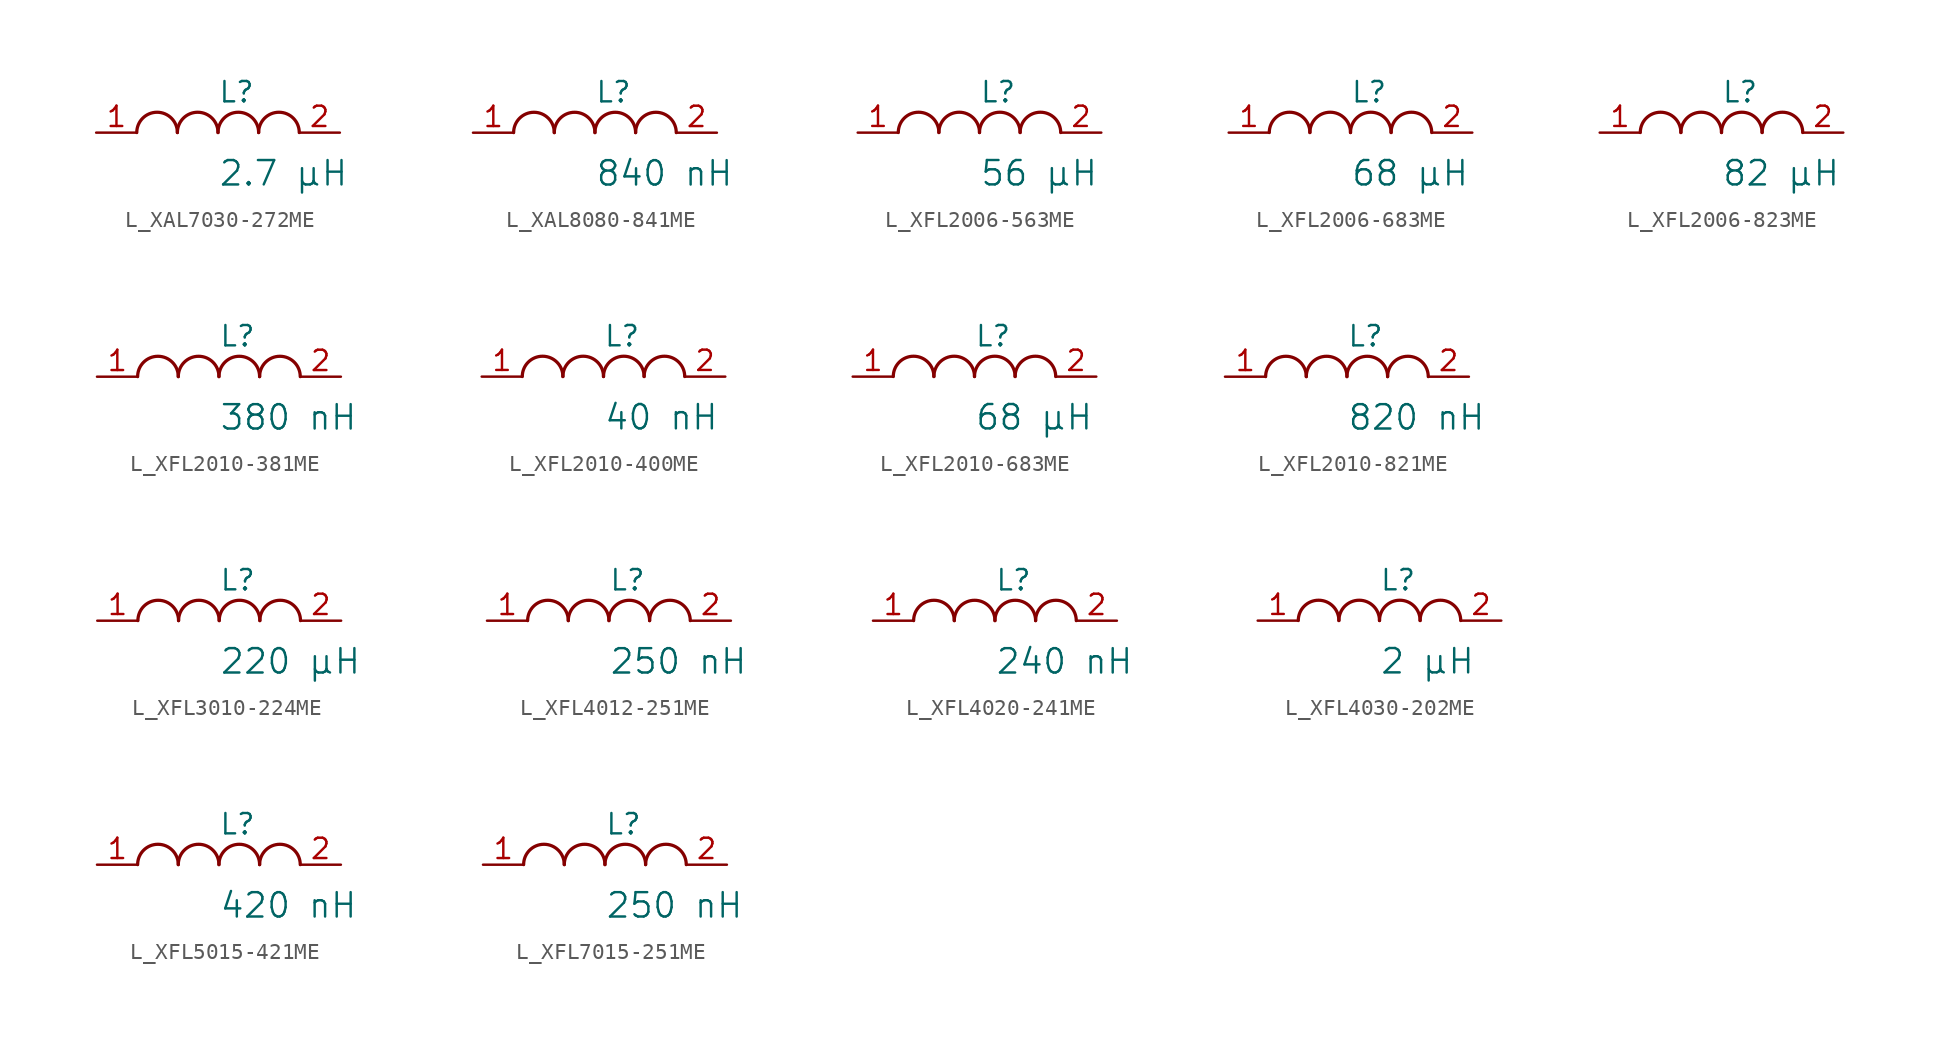
<source format=kicad_sym>
(kicad_symbol_lib
  (version 20231120)
  (generator "kicad_symbol_editor")
  (generator_version "8.0")
  (symbol "L_XAL7030-272ME"
    (pin_names
      (offset 0.254))
    (property "Reference" "L"
      (at 0 2.54 0)
      (effects (font (size 1.27 1.27)) (justify left)))
    (property "Value" "2.7 µH"
      (at 0 -2.54 0)
      (effects (font (size 1.524 1.524)) (justify left)))
    (symbol "L_XAL7030-272ME_1_1"
      (arc (start -2.54 0.0056) (mid -3.81 1.27) (end -5.08 0.0056) (stroke (width 0.2032) (type default)) (fill (type none)))
      (arc (start 0 0.0056) (mid -1.27 1.27) (end -2.54 0.0056) (stroke (width 0.2032) (type default)) (fill (type none)))
      (arc (start 2.54 0.0056) (mid 1.27 1.27) (end 0 0.0056) (stroke (width 0.2032) (type default)) (fill (type none)))
      (arc (start 5.08 0.0056) (mid 3.81 1.27) (end 2.54 0.0056) (stroke (width 0.2032) (type default)) (fill (type none)))
      (pin unspecified line (at -7.62 0 0) (length 2.54) (name "" (effects (font (size 1.27 1.27)))) (number "1" (effects (font (size 1.27 1.27)))))
      (pin unspecified line (at 7.62 0 180) (length 2.54) (name "" (effects (font (size 1.27 1.27)))) (number "2" (effects (font (size 1.27 1.27)))))))
  (symbol "L_XAL8080-841ME"
    (pin_names
      (offset 0.254))
    (property "Reference" "L"
      (at 0 2.54 0)
      (effects (font (size 1.27 1.27)) (justify left)))
    (property "Value" "840 nH"
      (at 0 -2.54 0)
      (effects (font (size 1.524 1.524)) (justify left)))
    (symbol "L_XAL8080-841ME_1_1"
      (arc (start -2.54 0.0056) (mid -3.81 1.27) (end -5.08 0.0056) (stroke (width 0.2032) (type default)) (fill (type none)))
      (arc (start 0 0.0056) (mid -1.27 1.27) (end -2.54 0.0056) (stroke (width 0.2032) (type default)) (fill (type none)))
      (arc (start 2.54 0.0056) (mid 1.27 1.27) (end 0 0.0056) (stroke (width 0.2032) (type default)) (fill (type none)))
      (arc (start 5.08 0.0056) (mid 3.81 1.27) (end 2.54 0.0056) (stroke (width 0.2032) (type default)) (fill (type none)))
      (pin unspecified line (at -7.62 0 0) (length 2.54) (name "" (effects (font (size 1.27 1.27)))) (number "1" (effects (font (size 1.27 1.27)))))
      (pin unspecified line (at 7.62 0 180) (length 2.54) (name "" (effects (font (size 1.27 1.27)))) (number "2" (effects (font (size 1.27 1.27)))))))
  (symbol "L_XFL2006-563ME"
    (pin_names
      (offset 0.254))
    (property "Reference" "L"
      (at 0 2.54 0)
      (effects (font (size 1.27 1.27)) (justify left)))
    (property "Value" "56 µH"
      (at 0 -2.54 0)
      (effects (font (size 1.524 1.524)) (justify left)))
    (symbol "L_XFL2006-563ME_1_1"
      (arc (start -2.54 0.0056) (mid -3.81 1.27) (end -5.08 0.0056) (stroke (width 0.2032) (type default)) (fill (type none)))
      (arc (start 0 0.0056) (mid -1.27 1.27) (end -2.54 0.0056) (stroke (width 0.2032) (type default)) (fill (type none)))
      (arc (start 2.54 0.0056) (mid 1.27 1.27) (end 0 0.0056) (stroke (width 0.2032) (type default)) (fill (type none)))
      (arc (start 5.08 0.0056) (mid 3.81 1.27) (end 2.54 0.0056) (stroke (width 0.2032) (type default)) (fill (type none)))
      (pin unspecified line (at -7.62 0 0) (length 2.54) (name "" (effects (font (size 1.27 1.27)))) (number "1" (effects (font (size 1.27 1.27)))))
      (pin unspecified line (at 7.62 0 180) (length 2.54) (name "" (effects (font (size 1.27 1.27)))) (number "2" (effects (font (size 1.27 1.27)))))))
  (symbol "L_XFL2006-683ME"
    (pin_names
      (offset 0.254))
    (property "Reference" "L"
      (at 0 2.54 0)
      (effects (font (size 1.27 1.27)) (justify left)))
    (property "Value" "68 µH"
      (at 0 -2.54 0)
      (effects (font (size 1.524 1.524)) (justify left)))
    (symbol "L_XFL2006-683ME_1_1"
      (arc (start -2.54 0.0056) (mid -3.81 1.27) (end -5.08 0.0056) (stroke (width 0.2032) (type default)) (fill (type none)))
      (arc (start 0 0.0056) (mid -1.27 1.27) (end -2.54 0.0056) (stroke (width 0.2032) (type default)) (fill (type none)))
      (arc (start 2.54 0.0056) (mid 1.27 1.27) (end 0 0.0056) (stroke (width 0.2032) (type default)) (fill (type none)))
      (arc (start 5.08 0.0056) (mid 3.81 1.27) (end 2.54 0.0056) (stroke (width 0.2032) (type default)) (fill (type none)))
      (pin unspecified line (at -7.62 0 0) (length 2.54) (name "" (effects (font (size 1.27 1.27)))) (number "1" (effects (font (size 1.27 1.27)))))
      (pin unspecified line (at 7.62 0 180) (length 2.54) (name "" (effects (font (size 1.27 1.27)))) (number "2" (effects (font (size 1.27 1.27)))))))
  (symbol "L_XFL2006-823ME"
    (pin_names
      (offset 0.254))
    (property "Reference" "L"
      (at 0 2.54 0)
      (effects (font (size 1.27 1.27)) (justify left)))
    (property "Value" "82 µH"
      (at 0 -2.54 0)
      (effects (font (size 1.524 1.524)) (justify left)))
    (symbol "L_XFL2006-823ME_1_1"
      (arc (start -2.54 0.0056) (mid -3.81 1.27) (end -5.08 0.0056) (stroke (width 0.2032) (type default)) (fill (type none)))
      (arc (start 0 0.0056) (mid -1.27 1.27) (end -2.54 0.0056) (stroke (width 0.2032) (type default)) (fill (type none)))
      (arc (start 2.54 0.0056) (mid 1.27 1.27) (end 0 0.0056) (stroke (width 0.2032) (type default)) (fill (type none)))
      (arc (start 5.08 0.0056) (mid 3.81 1.27) (end 2.54 0.0056) (stroke (width 0.2032) (type default)) (fill (type none)))
      (pin unspecified line (at -7.62 0 0) (length 2.54) (name "" (effects (font (size 1.27 1.27)))) (number "1" (effects (font (size 1.27 1.27)))))
      (pin unspecified line (at 7.62 0 180) (length 2.54) (name "" (effects (font (size 1.27 1.27)))) (number "2" (effects (font (size 1.27 1.27)))))))
  (symbol "L_XFL2010-381ME"
    (pin_names
      (offset 0.254))
    (property "Reference" "L"
      (at 0 2.54 0)
      (effects (font (size 1.27 1.27)) (justify left)))
    (property "Value" "380 nH"
      (at 0 -2.54 0)
      (effects (font (size 1.524 1.524)) (justify left)))
    (symbol "L_XFL2010-381ME_1_1"
      (arc (start -2.54 0.0056) (mid -3.81 1.27) (end -5.08 0.0056) (stroke (width 0.2032) (type default)) (fill (type none)))
      (arc (start 0 0.0056) (mid -1.27 1.27) (end -2.54 0.0056) (stroke (width 0.2032) (type default)) (fill (type none)))
      (arc (start 2.54 0.0056) (mid 1.27 1.27) (end 0 0.0056) (stroke (width 0.2032) (type default)) (fill (type none)))
      (arc (start 5.08 0.0056) (mid 3.81 1.27) (end 2.54 0.0056) (stroke (width 0.2032) (type default)) (fill (type none)))
      (pin unspecified line (at -7.62 0 0) (length 2.54) (name "" (effects (font (size 1.27 1.27)))) (number "1" (effects (font (size 1.27 1.27)))))
      (pin unspecified line (at 7.62 0 180) (length 2.54) (name "" (effects (font (size 1.27 1.27)))) (number "2" (effects (font (size 1.27 1.27)))))))
  (symbol "L_XFL2010-400ME"
    (pin_names
      (offset 0.254))
    (property "Reference" "L"
      (at 0 2.54 0)
      (effects (font (size 1.27 1.27)) (justify left)))
    (property "Value" "40 nH"
      (at 0 -2.54 0)
      (effects (font (size 1.524 1.524)) (justify left)))
    (symbol "L_XFL2010-400ME_1_1"
      (arc (start -2.54 0.0056) (mid -3.81 1.27) (end -5.08 0.0056) (stroke (width 0.2032) (type default)) (fill (type none)))
      (arc (start 0 0.0056) (mid -1.27 1.27) (end -2.54 0.0056) (stroke (width 0.2032) (type default)) (fill (type none)))
      (arc (start 2.54 0.0056) (mid 1.27 1.27) (end 0 0.0056) (stroke (width 0.2032) (type default)) (fill (type none)))
      (arc (start 5.08 0.0056) (mid 3.81 1.27) (end 2.54 0.0056) (stroke (width 0.2032) (type default)) (fill (type none)))
      (pin unspecified line (at -7.62 0 0) (length 2.54) (name "" (effects (font (size 1.27 1.27)))) (number "1" (effects (font (size 1.27 1.27)))))
      (pin unspecified line (at 7.62 0 180) (length 2.54) (name "" (effects (font (size 1.27 1.27)))) (number "2" (effects (font (size 1.27 1.27)))))))
  (symbol "L_XFL2010-683ME"
    (pin_names
      (offset 0.254))
    (property "Reference" "L"
      (at 0 2.54 0)
      (effects (font (size 1.27 1.27)) (justify left)))
    (property "Value" "68 µH"
      (at 0 -2.54 0)
      (effects (font (size 1.524 1.524)) (justify left)))
    (symbol "L_XFL2010-683ME_1_1"
      (arc (start -2.54 0.0056) (mid -3.81 1.27) (end -5.08 0.0056) (stroke (width 0.2032) (type default)) (fill (type none)))
      (arc (start 0 0.0056) (mid -1.27 1.27) (end -2.54 0.0056) (stroke (width 0.2032) (type default)) (fill (type none)))
      (arc (start 2.54 0.0056) (mid 1.27 1.27) (end 0 0.0056) (stroke (width 0.2032) (type default)) (fill (type none)))
      (arc (start 5.08 0.0056) (mid 3.81 1.27) (end 2.54 0.0056) (stroke (width 0.2032) (type default)) (fill (type none)))
      (pin unspecified line (at -7.62 0 0) (length 2.54) (name "" (effects (font (size 1.27 1.27)))) (number "1" (effects (font (size 1.27 1.27)))))
      (pin unspecified line (at 7.62 0 180) (length 2.54) (name "" (effects (font (size 1.27 1.27)))) (number "2" (effects (font (size 1.27 1.27)))))))
  (symbol "L_XFL2010-821ME"
    (pin_names
      (offset 0.254))
    (property "Reference" "L"
      (at 0 2.54 0)
      (effects (font (size 1.27 1.27)) (justify left)))
    (property "Value" "820 nH"
      (at 0 -2.54 0)
      (effects (font (size 1.524 1.524)) (justify left)))
    (symbol "L_XFL2010-821ME_1_1"
      (arc (start -2.54 0.0056) (mid -3.81 1.27) (end -5.08 0.0056) (stroke (width 0.2032) (type default)) (fill (type none)))
      (arc (start 0 0.0056) (mid -1.27 1.27) (end -2.54 0.0056) (stroke (width 0.2032) (type default)) (fill (type none)))
      (arc (start 2.54 0.0056) (mid 1.27 1.27) (end 0 0.0056) (stroke (width 0.2032) (type default)) (fill (type none)))
      (arc (start 5.08 0.0056) (mid 3.81 1.27) (end 2.54 0.0056) (stroke (width 0.2032) (type default)) (fill (type none)))
      (pin unspecified line (at -7.62 0 0) (length 2.54) (name "" (effects (font (size 1.27 1.27)))) (number "1" (effects (font (size 1.27 1.27)))))
      (pin unspecified line (at 7.62 0 180) (length 2.54) (name "" (effects (font (size 1.27 1.27)))) (number "2" (effects (font (size 1.27 1.27)))))))
  (symbol "L_XFL3010-224ME"
    (pin_names
      (offset 0.254))
    (property "Reference" "L"
      (at 0 2.54 0)
      (effects (font (size 1.27 1.27)) (justify left)))
    (property "Value" "220 µH"
      (at 0 -2.54 0)
      (effects (font (size 1.524 1.524)) (justify left)))
    (symbol "L_XFL3010-224ME_1_1"
      (arc (start -2.54 0.0056) (mid -3.81 1.27) (end -5.08 0.0056) (stroke (width 0.2032) (type default)) (fill (type none)))
      (arc (start 0 0.0056) (mid -1.27 1.27) (end -2.54 0.0056) (stroke (width 0.2032) (type default)) (fill (type none)))
      (arc (start 2.54 0.0056) (mid 1.27 1.27) (end 0 0.0056) (stroke (width 0.2032) (type default)) (fill (type none)))
      (arc (start 5.08 0.0056) (mid 3.81 1.27) (end 2.54 0.0056) (stroke (width 0.2032) (type default)) (fill (type none)))
      (pin unspecified line (at -7.62 0 0) (length 2.54) (name "" (effects (font (size 1.27 1.27)))) (number "1" (effects (font (size 1.27 1.27)))))
      (pin unspecified line (at 7.62 0 180) (length 2.54) (name "" (effects (font (size 1.27 1.27)))) (number "2" (effects (font (size 1.27 1.27)))))))
  (symbol "L_XFL4012-251ME"
    (pin_names
      (offset 0.254))
    (property "Reference" "L"
      (at 0 2.54 0)
      (effects (font (size 1.27 1.27)) (justify left)))
    (property "Value" "250 nH"
      (at 0 -2.54 0)
      (effects (font (size 1.524 1.524)) (justify left)))
    (symbol "L_XFL4012-251ME_1_1"
      (arc (start -2.54 0.0056) (mid -3.81 1.27) (end -5.08 0.0056) (stroke (width 0.2032) (type default)) (fill (type none)))
      (arc (start 0 0.0056) (mid -1.27 1.27) (end -2.54 0.0056) (stroke (width 0.2032) (type default)) (fill (type none)))
      (arc (start 2.54 0.0056) (mid 1.27 1.27) (end 0 0.0056) (stroke (width 0.2032) (type default)) (fill (type none)))
      (arc (start 5.08 0.0056) (mid 3.81 1.27) (end 2.54 0.0056) (stroke (width 0.2032) (type default)) (fill (type none)))
      (pin unspecified line (at -7.62 0 0) (length 2.54) (name "" (effects (font (size 1.27 1.27)))) (number "1" (effects (font (size 1.27 1.27)))))
      (pin unspecified line (at 7.62 0 180) (length 2.54) (name "" (effects (font (size 1.27 1.27)))) (number "2" (effects (font (size 1.27 1.27)))))))
  (symbol "L_XFL4020-241ME"
    (pin_names
      (offset 0.254))
    (property "Reference" "L"
      (at 0 2.54 0)
      (effects (font (size 1.27 1.27)) (justify left)))
    (property "Value" "240 nH"
      (at 0 -2.54 0)
      (effects (font (size 1.524 1.524)) (justify left)))
    (symbol "L_XFL4020-241ME_1_1"
      (arc (start -2.54 0.0056) (mid -3.81 1.27) (end -5.08 0.0056) (stroke (width 0.2032) (type default)) (fill (type none)))
      (arc (start 0 0.0056) (mid -1.27 1.27) (end -2.54 0.0056) (stroke (width 0.2032) (type default)) (fill (type none)))
      (arc (start 2.54 0.0056) (mid 1.27 1.27) (end 0 0.0056) (stroke (width 0.2032) (type default)) (fill (type none)))
      (arc (start 5.08 0.0056) (mid 3.81 1.27) (end 2.54 0.0056) (stroke (width 0.2032) (type default)) (fill (type none)))
      (pin unspecified line (at -7.62 0 0) (length 2.54) (name "" (effects (font (size 1.27 1.27)))) (number "1" (effects (font (size 1.27 1.27)))))
      (pin unspecified line (at 7.62 0 180) (length 2.54) (name "" (effects (font (size 1.27 1.27)))) (number "2" (effects (font (size 1.27 1.27)))))))
  (symbol "L_XFL4030-202ME"
    (pin_names
      (offset 0.254))
    (property "Reference" "L"
      (at 0 2.54 0)
      (effects (font (size 1.27 1.27)) (justify left)))
    (property "Value" "2 µH"
      (at 0 -2.54 0)
      (effects (font (size 1.524 1.524)) (justify left)))
    (symbol "L_XFL4030-202ME_1_1"
      (arc (start -2.54 0.0056) (mid -3.81 1.27) (end -5.08 0.0056) (stroke (width 0.2032) (type default)) (fill (type none)))
      (arc (start 0 0.0056) (mid -1.27 1.27) (end -2.54 0.0056) (stroke (width 0.2032) (type default)) (fill (type none)))
      (arc (start 2.54 0.0056) (mid 1.27 1.27) (end 0 0.0056) (stroke (width 0.2032) (type default)) (fill (type none)))
      (arc (start 5.08 0.0056) (mid 3.81 1.27) (end 2.54 0.0056) (stroke (width 0.2032) (type default)) (fill (type none)))
      (pin unspecified line (at -7.62 0 0) (length 2.54) (name "" (effects (font (size 1.27 1.27)))) (number "1" (effects (font (size 1.27 1.27)))))
      (pin unspecified line (at 7.62 0 180) (length 2.54) (name "" (effects (font (size 1.27 1.27)))) (number "2" (effects (font (size 1.27 1.27)))))))
  (symbol "L_XFL5015-421ME"
    (pin_names
      (offset 0.254))
    (property "Reference" "L"
      (at 0 2.54 0)
      (effects (font (size 1.27 1.27)) (justify left)))
    (property "Value" "420 nH"
      (at 0 -2.54 0)
      (effects (font (size 1.524 1.524)) (justify left)))
    (symbol "L_XFL5015-421ME_1_1"
      (arc (start -2.54 0.0056) (mid -3.81 1.27) (end -5.08 0.0056) (stroke (width 0.2032) (type default)) (fill (type none)))
      (arc (start 0 0.0056) (mid -1.27 1.27) (end -2.54 0.0056) (stroke (width 0.2032) (type default)) (fill (type none)))
      (arc (start 2.54 0.0056) (mid 1.27 1.27) (end 0 0.0056) (stroke (width 0.2032) (type default)) (fill (type none)))
      (arc (start 5.08 0.0056) (mid 3.81 1.27) (end 2.54 0.0056) (stroke (width 0.2032) (type default)) (fill (type none)))
      (pin unspecified line (at -7.62 0 0) (length 2.54) (name "" (effects (font (size 1.27 1.27)))) (number "1" (effects (font (size 1.27 1.27)))))
      (pin unspecified line (at 7.62 0 180) (length 2.54) (name "" (effects (font (size 1.27 1.27)))) (number "2" (effects (font (size 1.27 1.27)))))))
  (symbol "L_XFL7015-251ME"
    (pin_names
      (offset 0.254))
    (property "Reference" "L"
      (at 0 2.54 0)
      (effects (font (size 1.27 1.27)) (justify left)))
    (property "Value" "250 nH"
      (at 0 -2.54 0)
      (effects (font (size 1.524 1.524)) (justify left)))
    (symbol "L_XFL7015-251ME_1_1"
      (arc (start -2.54 0.0056) (mid -3.81 1.27) (end -5.08 0.0056) (stroke (width 0.2032) (type default)) (fill (type none)))
      (arc (start 0 0.0056) (mid -1.27 1.27) (end -2.54 0.0056) (stroke (width 0.2032) (type default)) (fill (type none)))
      (arc (start 2.54 0.0056) (mid 1.27 1.27) (end 0 0.0056) (stroke (width 0.2032) (type default)) (fill (type none)))
      (arc (start 5.08 0.0056) (mid 3.81 1.27) (end 2.54 0.0056) (stroke (width 0.2032) (type default)) (fill (type none)))
      (pin unspecified line (at -7.62 0 0) (length 2.54) (name "" (effects (font (size 1.27 1.27)))) (number "1" (effects (font (size 1.27 1.27)))))
      (pin unspecified line (at 7.62 0 180) (length 2.54) (name "" (effects (font (size 1.27 1.27)))) (number "2" (effects (font (size 1.27 1.27))))))))
</source>
